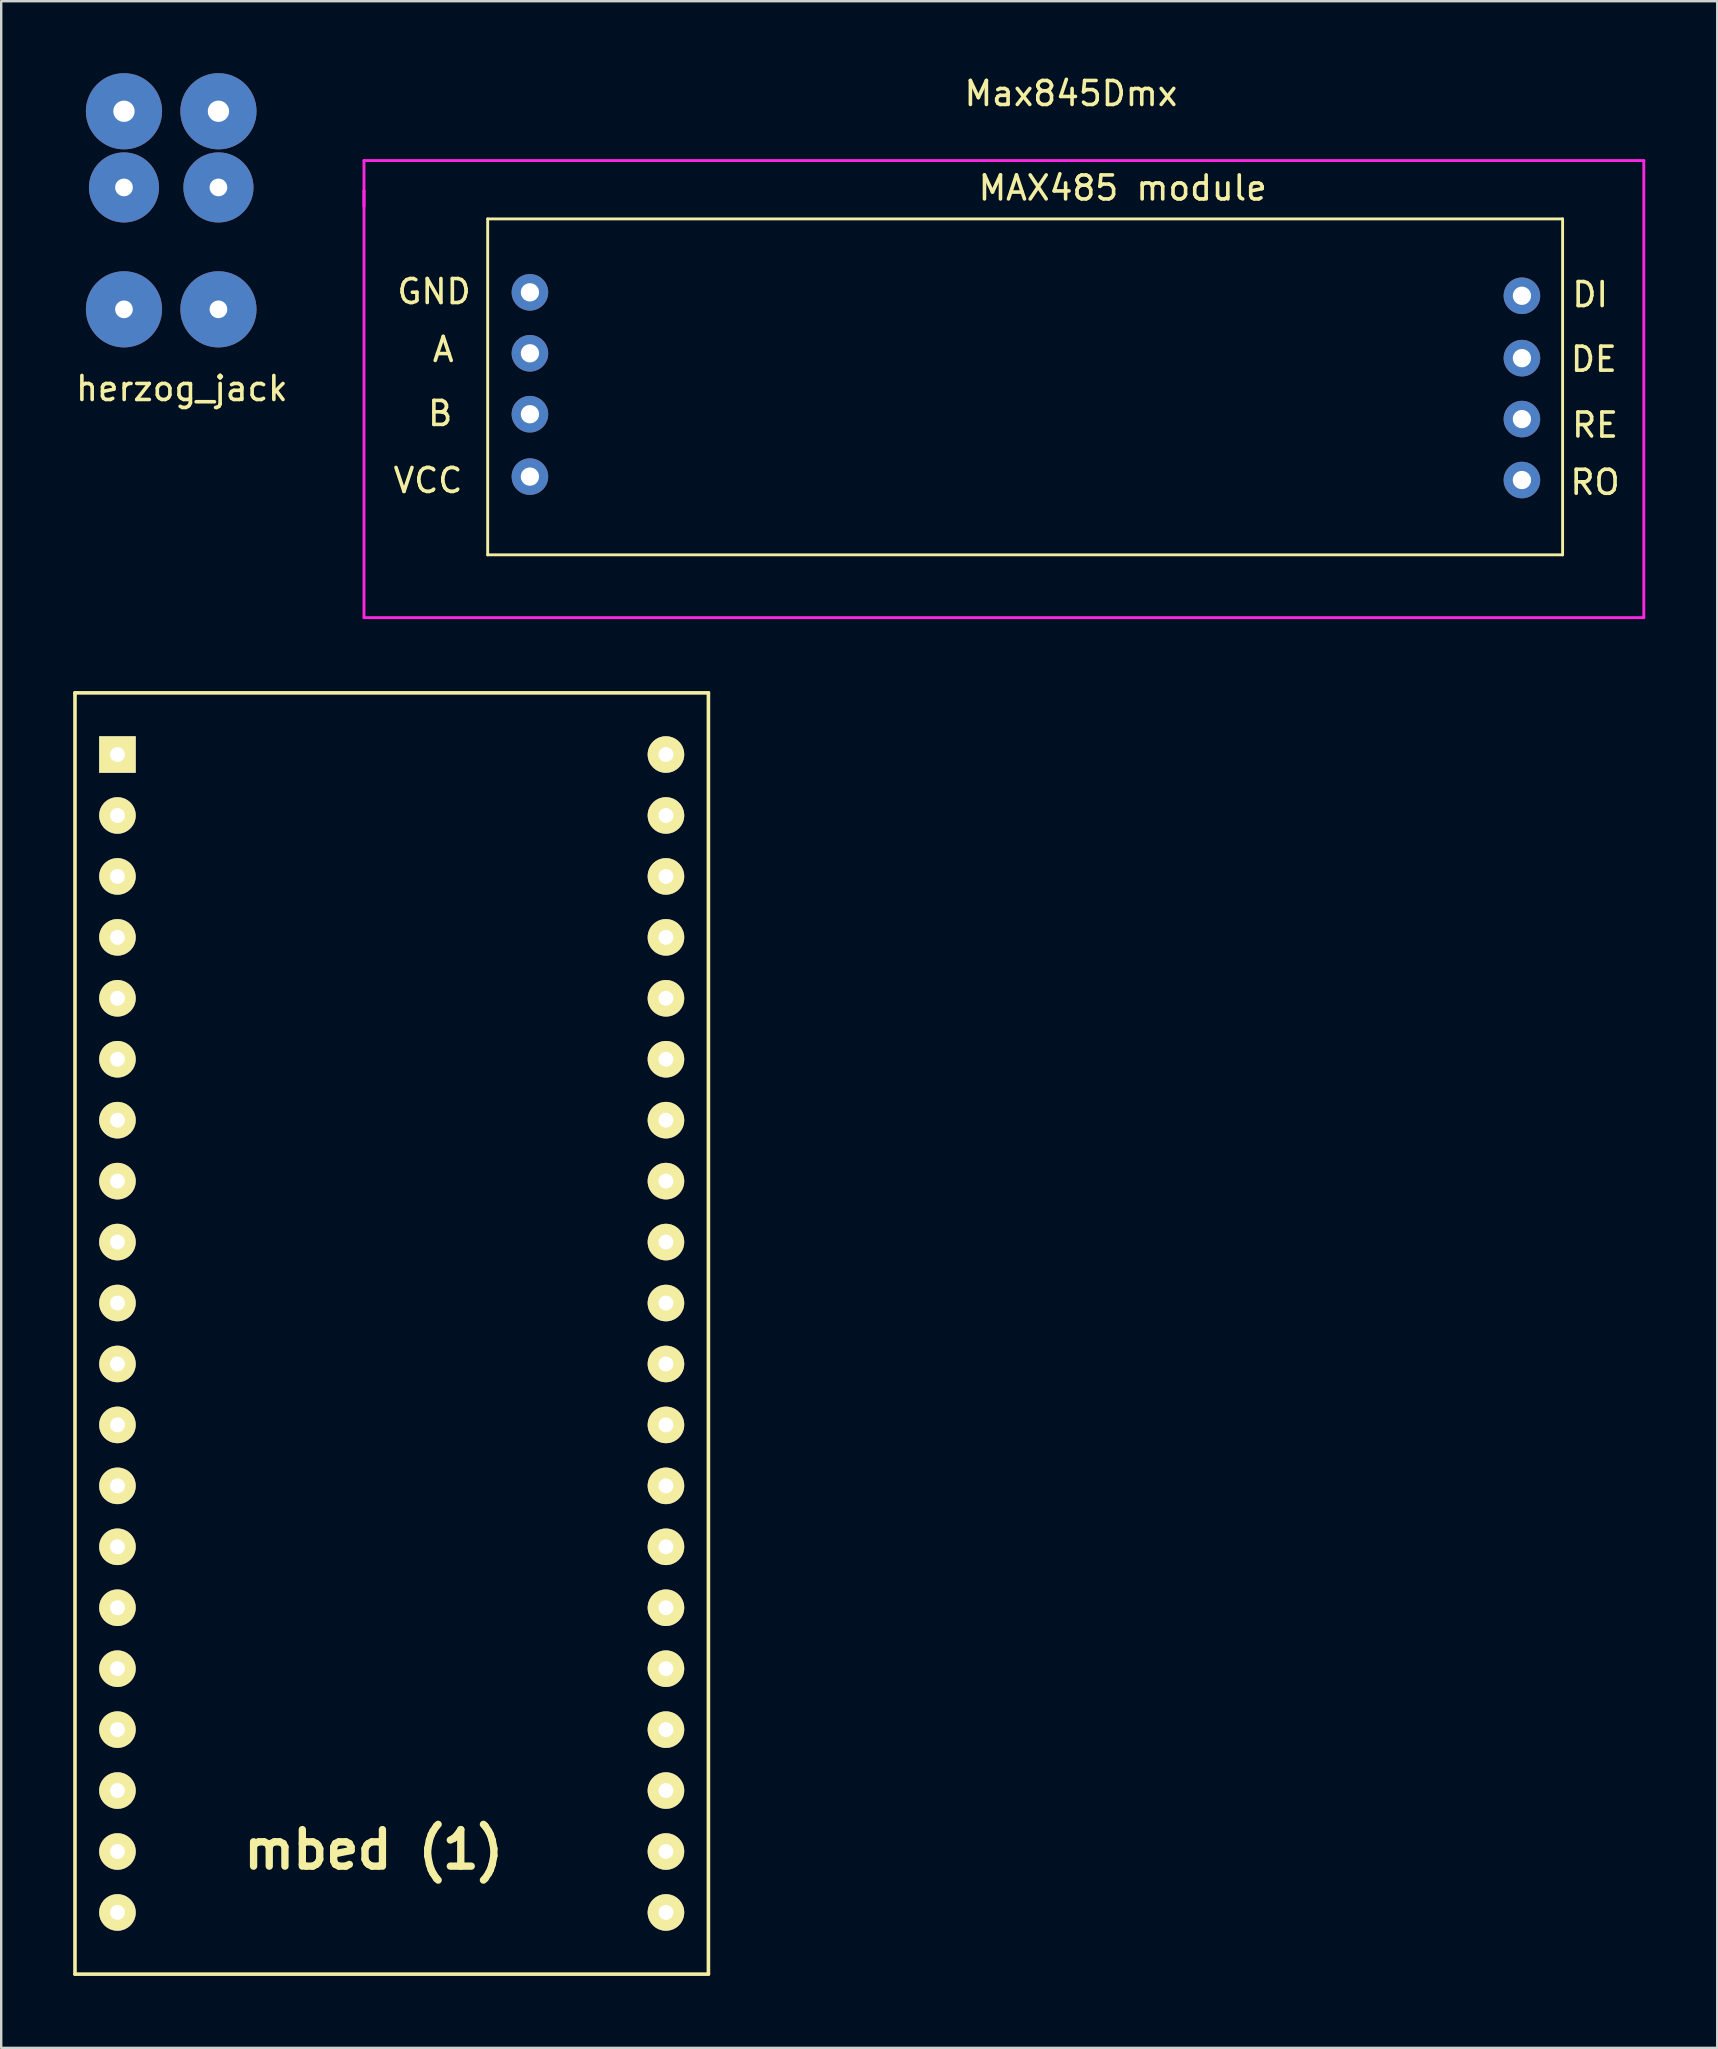
<source format=kicad_pcb>
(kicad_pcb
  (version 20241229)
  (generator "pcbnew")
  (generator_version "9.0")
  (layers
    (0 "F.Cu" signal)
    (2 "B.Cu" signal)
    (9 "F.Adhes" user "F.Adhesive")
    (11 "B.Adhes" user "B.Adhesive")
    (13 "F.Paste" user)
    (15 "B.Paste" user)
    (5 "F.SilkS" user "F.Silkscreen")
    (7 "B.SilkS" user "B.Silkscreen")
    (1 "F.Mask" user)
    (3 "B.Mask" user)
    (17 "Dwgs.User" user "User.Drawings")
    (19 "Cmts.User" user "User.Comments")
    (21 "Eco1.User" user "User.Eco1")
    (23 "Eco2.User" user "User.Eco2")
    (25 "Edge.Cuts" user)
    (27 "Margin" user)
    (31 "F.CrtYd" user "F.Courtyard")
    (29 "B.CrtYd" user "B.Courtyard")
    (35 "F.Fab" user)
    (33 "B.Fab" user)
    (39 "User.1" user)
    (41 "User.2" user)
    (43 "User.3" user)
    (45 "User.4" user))
  (footprint "Max845Dmx"
    (layer "F.Cu")
    (at 17.2 20.152)
    (property "Reference" "Max845Dmx" (at 24.384 -19.304 0) (layer "F.SilkS") (effects (font (size 1 1) (thickness 0.15))))
    (attr through_hole)
    (fp_line (start 0.076 -14.078) (end 44.876 -14.078) (stroke (width 0.12) (type solid)) (layer "F.SilkS"))
    (fp_line (start 0.076 -0.078) (end 0.076 -14.078) (stroke (width 0.12) (type solid)) (layer "F.SilkS"))
    (fp_line (start 44.876 -14.078) (end 44.876 -0.078) (stroke (width 0.12) (type solid)) (layer "F.SilkS"))
    (fp_line (start 44.876 -0.078) (end 0.076 -0.078) (stroke (width 0.12) (type solid)) (layer "F.SilkS"))
    (fp_line (start -5.08 -16.51) (end -5.08 -15.24) (stroke (width 0.12) (type solid)) (layer "F.CrtYd"))
    (fp_line (start -5.08 -15.24) (end -5.08 -14.605) (stroke (width 0.12) (type solid)) (layer "F.CrtYd"))
    (fp_line (start -5.08 -15.24) (end -5.08 2.54) (stroke (width 0.12) (type solid)) (layer "F.CrtYd"))
    (fp_line (start -5.08 2.54) (end 48.26 2.54) (stroke (width 0.12) (type solid)) (layer "F.CrtYd"))
    (fp_line (start 48.26 -16.51) (end -5.08 -16.51) (stroke (width 0.12) (type solid)) (layer "F.CrtYd"))
    (fp_line (start 48.26 2.54) (end 48.26 -16.51) (stroke (width 0.12) (type solid)) (layer "F.CrtYd"))
    (fp_text user "MAX485 module" (at 26.543 -15.367 0) (layer "F.SilkS") (effects (font (size 1 1) (thickness 0.15))))
    (fp_text user "A" (at -1.778 -8.636 0) (layer "F.SilkS") (effects (font (size 1 1) (thickness 0.15))))
    (fp_text user "B" (at -1.905 -5.969 0) (layer "F.SilkS") (effects (font (size 1 1) (thickness 0.15))))
    (fp_text user "DE" (at 46.177 -8.23 0) (layer "F.SilkS") (effects (font (size 1 1) (thickness 0.15))))
    (fp_text user "GND" (at -2.159 -11.049 0) (layer "F.SilkS") (effects (font (size 1 1) (thickness 0.15))))
    (fp_text user "RE" (at 46.228 -5.486 0) (layer "F.SilkS") (effects (font (size 1 1) (thickness 0.15))))
    (fp_text user "DI" (at 46.025 -10.922 0) (layer "F.SilkS") (effects (font (size 1 1) (thickness 0.15))))
    (fp_text user "VCC" (at -2.413 -3.175 0) (layer "F.SilkS") (effects (font (size 1 1) (thickness 0.15))))
    (fp_text user "RO" (at 46.228 -3.099 0) (layer "F.SilkS") (effects (font (size 1 1) (thickness 0.15))))
    (pad "1" thru_hole circle (at 1.836 -3.338) (size 1.524 1.524) (drill 0.762) (layers "*.Cu" "*.Mask"))
    (pad "2" thru_hole circle (at 1.836 -5.938) (size 1.524 1.524) (drill 0.762) (layers "*.Cu" "*.Mask"))
    (pad "3" thru_hole circle (at 1.836 -8.478) (size 1.524 1.524) (drill 0.762) (layers "*.Cu" "*.Mask"))
    (pad "4" thru_hole circle (at 1.836 -11.018) (size 1.524 1.524) (drill 0.762) (layers "*.Cu" "*.Mask"))
    (pad "5" thru_hole circle (at 43.18 -10.875 180) (size 1.524 1.524) (drill 0.762) (layers "*.Cu" "*.Mask"))
    (pad "6" thru_hole circle (at 43.18 -8.275 180) (size 1.524 1.524) (drill 0.762) (layers "*.Cu" "*.Mask"))
    (pad "7" thru_hole circle (at 43.18 -5.735 180) (size 1.524 1.524) (drill 0.762) (layers "*.Cu" "*.Mask"))
    (pad "8" thru_hole circle (at 43.18 -3.195 180) (size 1.524 1.524) (drill 0.762) (layers "*.Cu" "*.Mask")))
  (footprint "mbed (1)"
    (layer "F.Cu")
    (at 13.275 52.527)
    (property "Reference" "mbed (1)" (at -0.749 21.511 0) (layer "F.SilkS") (effects (font (size 1.524 1.524) (thickness 0.305))))
    (attr through_hole)
    (fp_line (start -13.2 -26.7) (end 13.2 -26.7) (stroke (width 0.15) (type solid)) (layer "F.SilkS"))
    (fp_line (start -13.2 26.7) (end -13.2 -26.7) (stroke (width 0.15) (type solid)) (layer "F.SilkS"))
    (fp_line (start 13.2 -26.7) (end 13.2 26.7) (stroke (width 0.15) (type solid)) (layer "F.SilkS"))
    (fp_line (start 13.2 26.7) (end -13.2 26.7) (stroke (width 0.15) (type solid)) (layer "F.SilkS"))
    (pad "0" thru_hole rect (at -11.43 -24.13) (size 1.524 1.524) (drill 0.62) (layers "*.Cu" "*.Mask" "F.SilkS"))
    (pad "1" thru_hole circle (at -11.43 -21.59) (size 1.524 1.524) (drill 0.62) (layers "*.Cu" "*.Mask" "F.SilkS"))
    (pad "2" thru_hole circle (at -11.43 -19.05) (size 1.524 1.524) (drill 0.62) (layers "*.Cu" "*.Mask" "F.SilkS"))
    (pad "3" thru_hole circle (at -11.43 -16.51) (size 1.524 1.524) (drill 0.62) (layers "*.Cu" "*.Mask" "F.SilkS"))
    (pad "4" thru_hole circle (at -11.43 -13.97) (size 1.524 1.524) (drill 0.62) (layers "*.Cu" "*.Mask" "F.SilkS"))
    (pad "5" thru_hole circle (at -11.43 -11.43) (size 1.524 1.524) (drill 0.62) (layers "*.Cu" "*.Mask" "F.SilkS"))
    (pad "6" thru_hole circle (at -11.43 -8.89) (size 1.524 1.524) (drill 0.62) (layers "*.Cu" "*.Mask" "F.SilkS"))
    (pad "7" thru_hole circle (at -11.43 -6.35) (size 1.524 1.524) (drill 0.62) (layers "*.Cu" "*.Mask" "F.SilkS"))
    (pad "8" thru_hole circle (at -11.43 -3.81) (size 1.524 1.524) (drill 0.62) (layers "*.Cu" "*.Mask" "F.SilkS"))
    (pad "9" thru_hole circle (at -11.43 -1.27) (size 1.524 1.524) (drill 0.62) (layers "*.Cu" "*.Mask" "F.SilkS"))
    (pad "10" thru_hole circle (at -11.43 1.27) (size 1.524 1.524) (drill 0.62) (layers "*.Cu" "*.Mask" "F.SilkS"))
    (pad "11" thru_hole circle (at -11.43 3.81) (size 1.524 1.524) (drill 0.62) (layers "*.Cu" "*.Mask" "F.SilkS"))
    (pad "12" thru_hole circle (at -11.43 6.35) (size 1.524 1.524) (drill 0.62) (layers "*.Cu" "*.Mask" "F.SilkS"))
    (pad "13" thru_hole circle (at -11.43 8.89) (size 1.524 1.524) (drill 0.62) (layers "*.Cu" "*.Mask" "F.SilkS"))
    (pad "14" thru_hole circle (at -11.43 11.43) (size 1.524 1.524) (drill 0.62) (layers "*.Cu" "*.Mask" "F.SilkS"))
    (pad "15" thru_hole circle (at -11.43 13.97) (size 1.524 1.524) (drill 0.62) (layers "*.Cu" "*.Mask" "F.SilkS"))
    (pad "16" thru_hole circle (at -11.43 16.51) (size 1.524 1.524) (drill 0.62) (layers "*.Cu" "*.Mask" "F.SilkS"))
    (pad "17" thru_hole circle (at -11.43 19.05) (size 1.524 1.524) (drill 0.62) (layers "*.Cu" "*.Mask" "F.SilkS"))
    (pad "18" thru_hole circle (at -11.43 21.59) (size 1.524 1.524) (drill 0.62) (layers "*.Cu" "*.Mask" "F.SilkS"))
    (pad "19" thru_hole circle (at -11.43 24.13) (size 1.524 1.524) (drill 0.62) (layers "*.Cu" "*.Mask" "F.SilkS"))
    (pad "20" thru_hole circle (at 11.43 -24.13) (size 1.524 1.524) (drill 0.62) (layers "*.Cu" "*.Mask" "F.SilkS"))
    (pad "21" thru_hole circle (at 11.43 -21.59) (size 1.524 1.524) (drill 0.62) (layers "*.Cu" "*.Mask" "F.SilkS"))
    (pad "22" thru_hole circle (at 11.43 -19.05) (size 1.524 1.524) (drill 0.62) (layers "*.Cu" "*.Mask" "F.SilkS"))
    (pad "23" thru_hole circle (at 11.43 -16.51) (size 1.524 1.524) (drill 0.62) (layers "*.Cu" "*.Mask" "F.SilkS"))
    (pad "24" thru_hole circle (at 11.43 -13.97) (size 1.524 1.524) (drill 0.62) (layers "*.Cu" "*.Mask" "F.SilkS"))
    (pad "25" thru_hole circle (at 11.43 -11.43) (size 1.524 1.524) (drill 0.62) (layers "*.Cu" "*.Mask" "F.SilkS"))
    (pad "26" thru_hole circle (at 11.43 -8.89) (size 1.524 1.524) (drill 0.62) (layers "*.Cu" "*.Mask" "F.SilkS"))
    (pad "27" thru_hole circle (at 11.43 -6.35) (size 1.524 1.524) (drill 0.62) (layers "*.Cu" "*.Mask" "F.SilkS"))
    (pad "28" thru_hole circle (at 11.43 -3.81) (size 1.524 1.524) (drill 0.62) (layers "*.Cu" "*.Mask" "F.SilkS"))
    (pad "29" thru_hole circle (at 11.43 -1.27) (size 1.524 1.524) (drill 0.62) (layers "*.Cu" "*.Mask" "F.SilkS"))
    (pad "30" thru_hole circle (at 11.43 1.27) (size 1.524 1.524) (drill 0.62) (layers "*.Cu" "*.Mask" "F.SilkS"))
    (pad "31" thru_hole circle (at 11.43 3.81) (size 1.524 1.524) (drill 0.62) (layers "*.Cu" "*.Mask" "F.SilkS"))
    (pad "32" thru_hole circle (at 11.43 6.35) (size 1.524 1.524) (drill 0.62) (layers "*.Cu" "*.Mask" "F.SilkS"))
    (pad "33" thru_hole circle (at 11.43 8.89) (size 1.524 1.524) (drill 0.62) (layers "*.Cu" "*.Mask" "F.SilkS"))
    (pad "34" thru_hole circle (at 11.43 11.43) (size 1.524 1.524) (drill 0.62) (layers "*.Cu" "*.Mask" "F.SilkS"))
    (pad "35" thru_hole circle (at 11.43 13.97) (size 1.524 1.524) (drill 0.62) (layers "*.Cu" "*.Mask" "F.SilkS"))
    (pad "36" thru_hole circle (at 11.43 16.51) (size 1.524 1.524) (drill 0.62) (layers "*.Cu" "*.Mask" "F.SilkS"))
    (pad "37" thru_hole circle (at 11.43 19.05) (size 1.524 1.524) (drill 0.62) (layers "*.Cu" "*.Mask" "F.SilkS"))
    (pad "38" thru_hole circle (at 11.43 21.59) (size 1.524 1.524) (drill 0.62) (layers "*.Cu" "*.Mask" "F.SilkS"))
    (pad "39" thru_hole circle (at 11.43 24.13) (size 1.524 1.524) (drill 0.62) (layers "*.Cu" "*.Mask" "F.SilkS")))
  (footprint "herzog_jack"
    (layer "F.Cu")
    (at 2.117 9.842)
    (property "Reference" "herzog_jack" (at 2.413 3.302 0) (layer "F.SilkS") (effects (font (size 1 1) (thickness 0.15))))
    (attr through_hole)
    (pad "1" thru_hole circle (at 0 0) (size 3.175 3.175) (drill 0.737) (layers "*.Cu" "*.Mask"))
    (pad "2" thru_hole circle (at 3.937 0) (size 3.175 3.175) (drill 0.737) (layers "*.Cu" "*.Mask"))
    (pad "3" thru_hole circle (at 0 -5.08) (size 2.921 2.921) (drill 0.737) (layers "*.Cu" "*.Mask"))
    (pad "4" thru_hole circle (at 0 -8.255) (size 3.175 3.175) (drill 0.889) (layers "*.Cu" "*.Mask"))
    (pad "5" thru_hole circle (at 3.937 -5.08) (size 2.921 2.921) (drill 0.737) (layers "*.Cu" "*.Mask"))
    (pad "6" thru_hole circle (at 3.937 -8.255) (size 3.175 3.175) (drill 0.889) (layers "*.Cu" "*.Mask")))
  (gr_rect
    (start -3 -3)
    (end 68.52 82.302)
    (stroke (width 0.1) (type default))
    (fill no)
    (layer "Edge.Cuts")))
</source>
